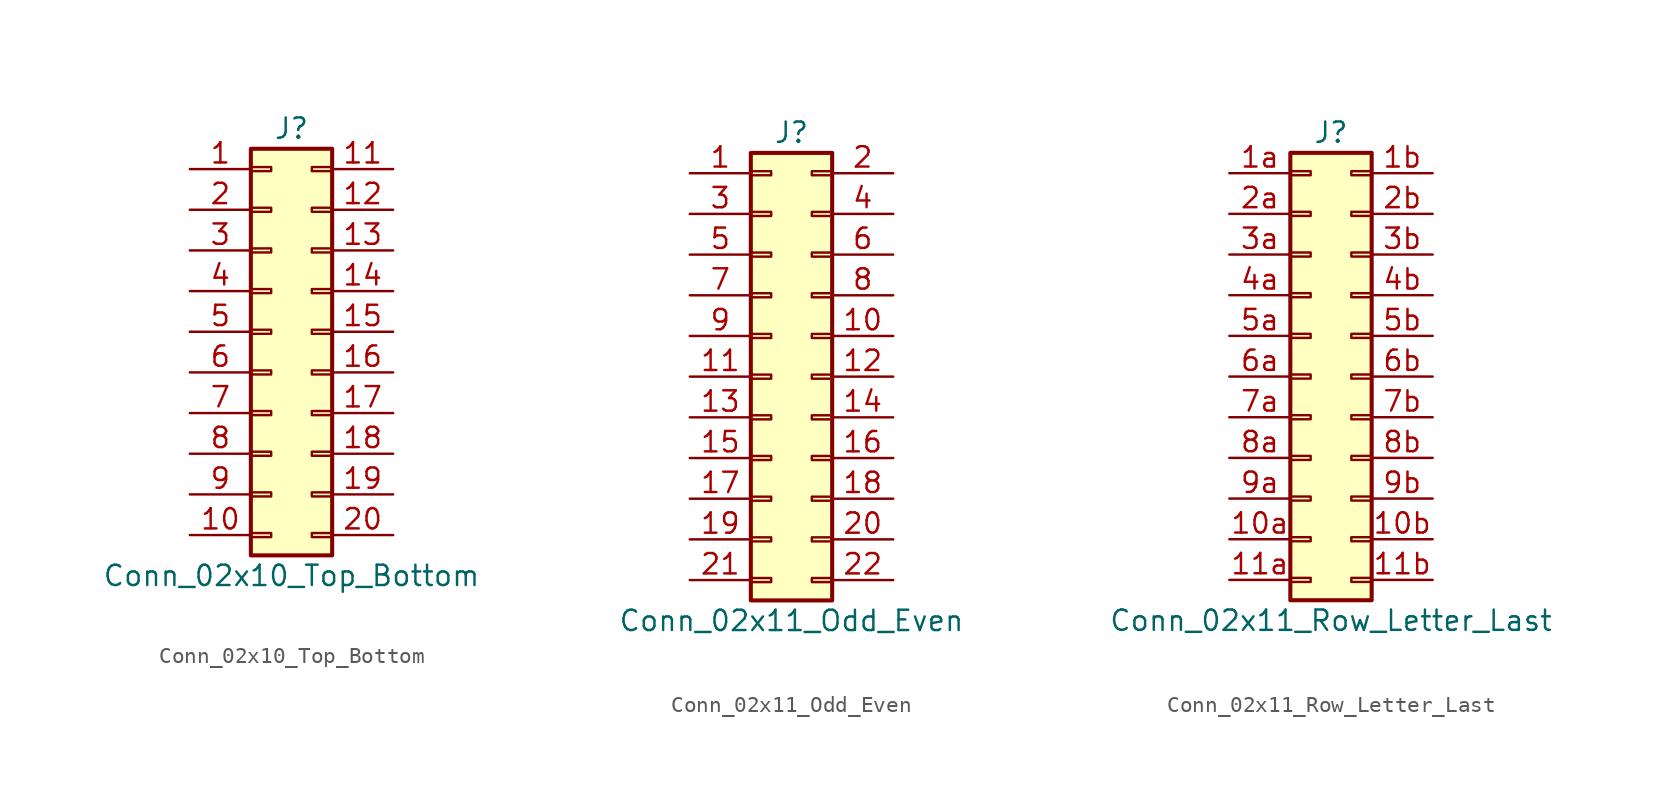
<source format=kicad_sym>
(kicad_symbol_lib
  (version 20201005)
  (generator kicad_symbol_editor)
  (symbol "Conn_02x10_Top_Bottom"
    (pin_names
      (offset 1.016) hide)
    (property "Reference" "J"
      (at 1.27 12.7 0)
      (effects (font (size 1.27 1.27))))
    (property "Value" "Conn_02x10_Top_Bottom"
      (at 1.27 -15.24 0)
      (effects (font (size 1.27 1.27))))
    (symbol "Conn_02x10_Top_Bottom_1_1"
      (rectangle (start -1.27 -12.573) (end 0 -12.827) (stroke (width 0.152)) (fill (type none)))
      (rectangle (start -1.27 -10.033) (end 0 -10.287) (stroke (width 0.152)) (fill (type none)))
      (rectangle (start -1.27 -7.493) (end 0 -7.747) (stroke (width 0.152)) (fill (type none)))
      (rectangle (start -1.27 -4.953) (end 0 -5.207) (stroke (width 0.152)) (fill (type none)))
      (rectangle (start -1.27 -2.413) (end 0 -2.667) (stroke (width 0.152)) (fill (type none)))
      (rectangle (start -1.27 0.127) (end 0 -0.127) (stroke (width 0.152)) (fill (type none)))
      (rectangle (start -1.27 2.667) (end 0 2.413) (stroke (width 0.152)) (fill (type none)))
      (rectangle (start -1.27 5.207) (end 0 4.953) (stroke (width 0.152)) (fill (type none)))
      (rectangle (start -1.27 7.747) (end 0 7.493) (stroke (width 0.152)) (fill (type none)))
      (rectangle (start -1.27 10.287) (end 0 10.033) (stroke (width 0.152)) (fill (type none)))
      (rectangle (start -1.27 11.43) (end 3.81 -13.97) (stroke (width 0.254)) (fill (type background)))
      (rectangle (start 3.81 -12.573) (end 2.54 -12.827) (stroke (width 0.152)) (fill (type none)))
      (rectangle (start 3.81 -10.033) (end 2.54 -10.287) (stroke (width 0.152)) (fill (type none)))
      (rectangle (start 3.81 -7.493) (end 2.54 -7.747) (stroke (width 0.152)) (fill (type none)))
      (rectangle (start 3.81 -4.953) (end 2.54 -5.207) (stroke (width 0.152)) (fill (type none)))
      (rectangle (start 3.81 -2.413) (end 2.54 -2.667) (stroke (width 0.152)) (fill (type none)))
      (rectangle (start 3.81 0.127) (end 2.54 -0.127) (stroke (width 0.152)) (fill (type none)))
      (rectangle (start 3.81 2.667) (end 2.54 2.413) (stroke (width 0.152)) (fill (type none)))
      (rectangle (start 3.81 5.207) (end 2.54 4.953) (stroke (width 0.152)) (fill (type none)))
      (rectangle (start 3.81 7.747) (end 2.54 7.493) (stroke (width 0.152)) (fill (type none)))
      (rectangle (start 3.81 10.287) (end 2.54 10.033) (stroke (width 0.152)) (fill (type none)))
      (pin passive line (at -5.08 10.16 0) (length 3.81) (name "Pin_1" (effects (font (size 1.27 1.27)))) (number "1" (effects (font (size 1.27 1.27)))))
      (pin passive line (at -5.08 -12.7 0) (length 3.81) (name "Pin_10" (effects (font (size 1.27 1.27)))) (number "10" (effects (font (size 1.27 1.27)))))
      (pin passive line (at 7.62 10.16 180) (length 3.81) (name "Pin_11" (effects (font (size 1.27 1.27)))) (number "11" (effects (font (size 1.27 1.27)))))
      (pin passive line (at 7.62 7.62 180) (length 3.81) (name "Pin_12" (effects (font (size 1.27 1.27)))) (number "12" (effects (font (size 1.27 1.27)))))
      (pin passive line (at 7.62 5.08 180) (length 3.81) (name "Pin_13" (effects (font (size 1.27 1.27)))) (number "13" (effects (font (size 1.27 1.27)))))
      (pin passive line (at 7.62 2.54 180) (length 3.81) (name "Pin_14" (effects (font (size 1.27 1.27)))) (number "14" (effects (font (size 1.27 1.27)))))
      (pin passive line (at 7.62 0 180) (length 3.81) (name "Pin_15" (effects (font (size 1.27 1.27)))) (number "15" (effects (font (size 1.27 1.27)))))
      (pin passive line (at 7.62 -2.54 180) (length 3.81) (name "Pin_16" (effects (font (size 1.27 1.27)))) (number "16" (effects (font (size 1.27 1.27)))))
      (pin passive line (at 7.62 -5.08 180) (length 3.81) (name "Pin_17" (effects (font (size 1.27 1.27)))) (number "17" (effects (font (size 1.27 1.27)))))
      (pin passive line (at 7.62 -7.62 180) (length 3.81) (name "Pin_18" (effects (font (size 1.27 1.27)))) (number "18" (effects (font (size 1.27 1.27)))))
      (pin passive line (at 7.62 -10.16 180) (length 3.81) (name "Pin_19" (effects (font (size 1.27 1.27)))) (number "19" (effects (font (size 1.27 1.27)))))
      (pin passive line (at -5.08 7.62 0) (length 3.81) (name "Pin_2" (effects (font (size 1.27 1.27)))) (number "2" (effects (font (size 1.27 1.27)))))
      (pin passive line (at 7.62 -12.7 180) (length 3.81) (name "Pin_20" (effects (font (size 1.27 1.27)))) (number "20" (effects (font (size 1.27 1.27)))))
      (pin passive line (at -5.08 5.08 0) (length 3.81) (name "Pin_3" (effects (font (size 1.27 1.27)))) (number "3" (effects (font (size 1.27 1.27)))))
      (pin passive line (at -5.08 2.54 0) (length 3.81) (name "Pin_4" (effects (font (size 1.27 1.27)))) (number "4" (effects (font (size 1.27 1.27)))))
      (pin passive line (at -5.08 0 0) (length 3.81) (name "Pin_5" (effects (font (size 1.27 1.27)))) (number "5" (effects (font (size 1.27 1.27)))))
      (pin passive line (at -5.08 -2.54 0) (length 3.81) (name "Pin_6" (effects (font (size 1.27 1.27)))) (number "6" (effects (font (size 1.27 1.27)))))
      (pin passive line (at -5.08 -5.08 0) (length 3.81) (name "Pin_7" (effects (font (size 1.27 1.27)))) (number "7" (effects (font (size 1.27 1.27)))))
      (pin passive line (at -5.08 -7.62 0) (length 3.81) (name "Pin_8" (effects (font (size 1.27 1.27)))) (number "8" (effects (font (size 1.27 1.27)))))
      (pin passive line (at -5.08 -10.16 0) (length 3.81) (name "Pin_9" (effects (font (size 1.27 1.27)))) (number "9" (effects (font (size 1.27 1.27)))))))
  (symbol "Conn_02x11_Odd_Even"
    (pin_names
      (offset 1.016) hide)
    (property "Reference" "J"
      (at 1.27 15.24 0)
      (effects (font (size 1.27 1.27))))
    (property "Value" "Conn_02x11_Odd_Even"
      (at 1.27 -15.24 0)
      (effects (font (size 1.27 1.27))))
    (symbol "Conn_02x11_Odd_Even_1_1"
      (rectangle (start -1.27 -12.573) (end 0 -12.827) (stroke (width 0.152)) (fill (type none)))
      (rectangle (start -1.27 -10.033) (end 0 -10.287) (stroke (width 0.152)) (fill (type none)))
      (rectangle (start -1.27 -7.493) (end 0 -7.747) (stroke (width 0.152)) (fill (type none)))
      (rectangle (start -1.27 -4.953) (end 0 -5.207) (stroke (width 0.152)) (fill (type none)))
      (rectangle (start -1.27 -2.413) (end 0 -2.667) (stroke (width 0.152)) (fill (type none)))
      (rectangle (start -1.27 0.127) (end 0 -0.127) (stroke (width 0.152)) (fill (type none)))
      (rectangle (start -1.27 2.667) (end 0 2.413) (stroke (width 0.152)) (fill (type none)))
      (rectangle (start -1.27 5.207) (end 0 4.953) (stroke (width 0.152)) (fill (type none)))
      (rectangle (start -1.27 7.747) (end 0 7.493) (stroke (width 0.152)) (fill (type none)))
      (rectangle (start -1.27 10.287) (end 0 10.033) (stroke (width 0.152)) (fill (type none)))
      (rectangle (start -1.27 12.827) (end 0 12.573) (stroke (width 0.152)) (fill (type none)))
      (rectangle (start -1.27 13.97) (end 3.81 -13.97) (stroke (width 0.254)) (fill (type background)))
      (rectangle (start 3.81 -12.573) (end 2.54 -12.827) (stroke (width 0.152)) (fill (type none)))
      (rectangle (start 3.81 -10.033) (end 2.54 -10.287) (stroke (width 0.152)) (fill (type none)))
      (rectangle (start 3.81 -7.493) (end 2.54 -7.747) (stroke (width 0.152)) (fill (type none)))
      (rectangle (start 3.81 -4.953) (end 2.54 -5.207) (stroke (width 0.152)) (fill (type none)))
      (rectangle (start 3.81 -2.413) (end 2.54 -2.667) (stroke (width 0.152)) (fill (type none)))
      (rectangle (start 3.81 0.127) (end 2.54 -0.127) (stroke (width 0.152)) (fill (type none)))
      (rectangle (start 3.81 2.667) (end 2.54 2.413) (stroke (width 0.152)) (fill (type none)))
      (rectangle (start 3.81 5.207) (end 2.54 4.953) (stroke (width 0.152)) (fill (type none)))
      (rectangle (start 3.81 7.747) (end 2.54 7.493) (stroke (width 0.152)) (fill (type none)))
      (rectangle (start 3.81 10.287) (end 2.54 10.033) (stroke (width 0.152)) (fill (type none)))
      (rectangle (start 3.81 12.827) (end 2.54 12.573) (stroke (width 0.152)) (fill (type none)))
      (pin passive line (at -5.08 12.7 0) (length 3.81) (name "Pin_1" (effects (font (size 1.27 1.27)))) (number "1" (effects (font (size 1.27 1.27)))))
      (pin passive line (at 7.62 2.54 180) (length 3.81) (name "Pin_10" (effects (font (size 1.27 1.27)))) (number "10" (effects (font (size 1.27 1.27)))))
      (pin passive line (at -5.08 0 0) (length 3.81) (name "Pin_11" (effects (font (size 1.27 1.27)))) (number "11" (effects (font (size 1.27 1.27)))))
      (pin passive line (at 7.62 0 180) (length 3.81) (name "Pin_12" (effects (font (size 1.27 1.27)))) (number "12" (effects (font (size 1.27 1.27)))))
      (pin passive line (at -5.08 -2.54 0) (length 3.81) (name "Pin_13" (effects (font (size 1.27 1.27)))) (number "13" (effects (font (size 1.27 1.27)))))
      (pin passive line (at 7.62 -2.54 180) (length 3.81) (name "Pin_14" (effects (font (size 1.27 1.27)))) (number "14" (effects (font (size 1.27 1.27)))))
      (pin passive line (at -5.08 -5.08 0) (length 3.81) (name "Pin_15" (effects (font (size 1.27 1.27)))) (number "15" (effects (font (size 1.27 1.27)))))
      (pin passive line (at 7.62 -5.08 180) (length 3.81) (name "Pin_16" (effects (font (size 1.27 1.27)))) (number "16" (effects (font (size 1.27 1.27)))))
      (pin passive line (at -5.08 -7.62 0) (length 3.81) (name "Pin_17" (effects (font (size 1.27 1.27)))) (number "17" (effects (font (size 1.27 1.27)))))
      (pin passive line (at 7.62 -7.62 180) (length 3.81) (name "Pin_18" (effects (font (size 1.27 1.27)))) (number "18" (effects (font (size 1.27 1.27)))))
      (pin passive line (at -5.08 -10.16 0) (length 3.81) (name "Pin_19" (effects (font (size 1.27 1.27)))) (number "19" (effects (font (size 1.27 1.27)))))
      (pin passive line (at 7.62 12.7 180) (length 3.81) (name "Pin_2" (effects (font (size 1.27 1.27)))) (number "2" (effects (font (size 1.27 1.27)))))
      (pin passive line (at 7.62 -10.16 180) (length 3.81) (name "Pin_20" (effects (font (size 1.27 1.27)))) (number "20" (effects (font (size 1.27 1.27)))))
      (pin passive line (at -5.08 -12.7 0) (length 3.81) (name "Pin_21" (effects (font (size 1.27 1.27)))) (number "21" (effects (font (size 1.27 1.27)))))
      (pin passive line (at 7.62 -12.7 180) (length 3.81) (name "Pin_22" (effects (font (size 1.27 1.27)))) (number "22" (effects (font (size 1.27 1.27)))))
      (pin passive line (at -5.08 10.16 0) (length 3.81) (name "Pin_3" (effects (font (size 1.27 1.27)))) (number "3" (effects (font (size 1.27 1.27)))))
      (pin passive line (at 7.62 10.16 180) (length 3.81) (name "Pin_4" (effects (font (size 1.27 1.27)))) (number "4" (effects (font (size 1.27 1.27)))))
      (pin passive line (at -5.08 7.62 0) (length 3.81) (name "Pin_5" (effects (font (size 1.27 1.27)))) (number "5" (effects (font (size 1.27 1.27)))))
      (pin passive line (at 7.62 7.62 180) (length 3.81) (name "Pin_6" (effects (font (size 1.27 1.27)))) (number "6" (effects (font (size 1.27 1.27)))))
      (pin passive line (at -5.08 5.08 0) (length 3.81) (name "Pin_7" (effects (font (size 1.27 1.27)))) (number "7" (effects (font (size 1.27 1.27)))))
      (pin passive line (at 7.62 5.08 180) (length 3.81) (name "Pin_8" (effects (font (size 1.27 1.27)))) (number "8" (effects (font (size 1.27 1.27)))))
      (pin passive line (at -5.08 2.54 0) (length 3.81) (name "Pin_9" (effects (font (size 1.27 1.27)))) (number "9" (effects (font (size 1.27 1.27)))))))
  (symbol "Conn_02x11_Row_Letter_Last"
    (pin_names
      (offset 1.016) hide)
    (property "Reference" "J"
      (at 1.27 15.24 0)
      (effects (font (size 1.27 1.27))))
    (property "Value" "Conn_02x11_Row_Letter_Last"
      (at 1.27 -15.24 0)
      (effects (font (size 1.27 1.27))))
    (symbol "Conn_02x11_Row_Letter_Last_1_1"
      (rectangle (start -1.27 -12.573) (end 0 -12.827) (stroke (width 0.152)) (fill (type none)))
      (rectangle (start -1.27 -10.033) (end 0 -10.287) (stroke (width 0.152)) (fill (type none)))
      (rectangle (start -1.27 -7.493) (end 0 -7.747) (stroke (width 0.152)) (fill (type none)))
      (rectangle (start -1.27 -4.953) (end 0 -5.207) (stroke (width 0.152)) (fill (type none)))
      (rectangle (start -1.27 -2.413) (end 0 -2.667) (stroke (width 0.152)) (fill (type none)))
      (rectangle (start -1.27 0.127) (end 0 -0.127) (stroke (width 0.152)) (fill (type none)))
      (rectangle (start -1.27 2.667) (end 0 2.413) (stroke (width 0.152)) (fill (type none)))
      (rectangle (start -1.27 5.207) (end 0 4.953) (stroke (width 0.152)) (fill (type none)))
      (rectangle (start -1.27 7.747) (end 0 7.493) (stroke (width 0.152)) (fill (type none)))
      (rectangle (start -1.27 10.287) (end 0 10.033) (stroke (width 0.152)) (fill (type none)))
      (rectangle (start -1.27 12.827) (end 0 12.573) (stroke (width 0.152)) (fill (type none)))
      (rectangle (start -1.27 13.97) (end 3.81 -13.97) (stroke (width 0.254)) (fill (type background)))
      (rectangle (start 3.81 -12.573) (end 2.54 -12.827) (stroke (width 0.152)) (fill (type none)))
      (rectangle (start 3.81 -10.033) (end 2.54 -10.287) (stroke (width 0.152)) (fill (type none)))
      (rectangle (start 3.81 -7.493) (end 2.54 -7.747) (stroke (width 0.152)) (fill (type none)))
      (rectangle (start 3.81 -4.953) (end 2.54 -5.207) (stroke (width 0.152)) (fill (type none)))
      (rectangle (start 3.81 -2.413) (end 2.54 -2.667) (stroke (width 0.152)) (fill (type none)))
      (rectangle (start 3.81 0.127) (end 2.54 -0.127) (stroke (width 0.152)) (fill (type none)))
      (rectangle (start 3.81 2.667) (end 2.54 2.413) (stroke (width 0.152)) (fill (type none)))
      (rectangle (start 3.81 5.207) (end 2.54 4.953) (stroke (width 0.152)) (fill (type none)))
      (rectangle (start 3.81 7.747) (end 2.54 7.493) (stroke (width 0.152)) (fill (type none)))
      (rectangle (start 3.81 10.287) (end 2.54 10.033) (stroke (width 0.152)) (fill (type none)))
      (rectangle (start 3.81 12.827) (end 2.54 12.573) (stroke (width 0.152)) (fill (type none)))
      (pin passive line (at -5.08 -10.16 0) (length 3.81) (name "Pin_10a" (effects (font (size 1.27 1.27)))) (number "10a" (effects (font (size 1.27 1.27)))))
      (pin passive line (at 7.62 -10.16 180) (length 3.81) (name "Pin_10b" (effects (font (size 1.27 1.27)))) (number "10b" (effects (font (size 1.27 1.27)))))
      (pin passive line (at -5.08 -12.7 0) (length 3.81) (name "Pin_11a" (effects (font (size 1.27 1.27)))) (number "11a" (effects (font (size 1.27 1.27)))))
      (pin passive line (at 7.62 -12.7 180) (length 3.81) (name "Pin_11b" (effects (font (size 1.27 1.27)))) (number "11b" (effects (font (size 1.27 1.27)))))
      (pin passive line (at -5.08 12.7 0) (length 3.81) (name "Pin_1a" (effects (font (size 1.27 1.27)))) (number "1a" (effects (font (size 1.27 1.27)))))
      (pin passive line (at 7.62 12.7 180) (length 3.81) (name "Pin_1b" (effects (font (size 1.27 1.27)))) (number "1b" (effects (font (size 1.27 1.27)))))
      (pin passive line (at -5.08 10.16 0) (length 3.81) (name "Pin_2a" (effects (font (size 1.27 1.27)))) (number "2a" (effects (font (size 1.27 1.27)))))
      (pin passive line (at 7.62 10.16 180) (length 3.81) (name "Pin_2b" (effects (font (size 1.27 1.27)))) (number "2b" (effects (font (size 1.27 1.27)))))
      (pin passive line (at -5.08 7.62 0) (length 3.81) (name "Pin_3a" (effects (font (size 1.27 1.27)))) (number "3a" (effects (font (size 1.27 1.27)))))
      (pin passive line (at 7.62 7.62 180) (length 3.81) (name "Pin_3b" (effects (font (size 1.27 1.27)))) (number "3b" (effects (font (size 1.27 1.27)))))
      (pin passive line (at -5.08 5.08 0) (length 3.81) (name "Pin_4a" (effects (font (size 1.27 1.27)))) (number "4a" (effects (font (size 1.27 1.27)))))
      (pin passive line (at 7.62 5.08 180) (length 3.81) (name "Pin_4b" (effects (font (size 1.27 1.27)))) (number "4b" (effects (font (size 1.27 1.27)))))
      (pin passive line (at -5.08 2.54 0) (length 3.81) (name "Pin_5a" (effects (font (size 1.27 1.27)))) (number "5a" (effects (font (size 1.27 1.27)))))
      (pin passive line (at 7.62 2.54 180) (length 3.81) (name "Pin_5b" (effects (font (size 1.27 1.27)))) (number "5b" (effects (font (size 1.27 1.27)))))
      (pin passive line (at -5.08 0 0) (length 3.81) (name "Pin_6a" (effects (font (size 1.27 1.27)))) (number "6a" (effects (font (size 1.27 1.27)))))
      (pin passive line (at 7.62 0 180) (length 3.81) (name "Pin_6b" (effects (font (size 1.27 1.27)))) (number "6b" (effects (font (size 1.27 1.27)))))
      (pin passive line (at -5.08 -2.54 0) (length 3.81) (name "Pin_7a" (effects (font (size 1.27 1.27)))) (number "7a" (effects (font (size 1.27 1.27)))))
      (pin passive line (at 7.62 -2.54 180) (length 3.81) (name "Pin_7b" (effects (font (size 1.27 1.27)))) (number "7b" (effects (font (size 1.27 1.27)))))
      (pin passive line (at -5.08 -5.08 0) (length 3.81) (name "Pin_8a" (effects (font (size 1.27 1.27)))) (number "8a" (effects (font (size 1.27 1.27)))))
      (pin passive line (at 7.62 -5.08 180) (length 3.81) (name "Pin_8b" (effects (font (size 1.27 1.27)))) (number "8b" (effects (font (size 1.27 1.27)))))
      (pin passive line (at -5.08 -7.62 0) (length 3.81) (name "Pin_9a" (effects (font (size 1.27 1.27)))) (number "9a" (effects (font (size 1.27 1.27)))))
      (pin passive line (at 7.62 -7.62 180) (length 3.81) (name "Pin_9b" (effects (font (size 1.27 1.27)))) (number "9b" (effects (font (size 1.27 1.27))))))))
</source>
